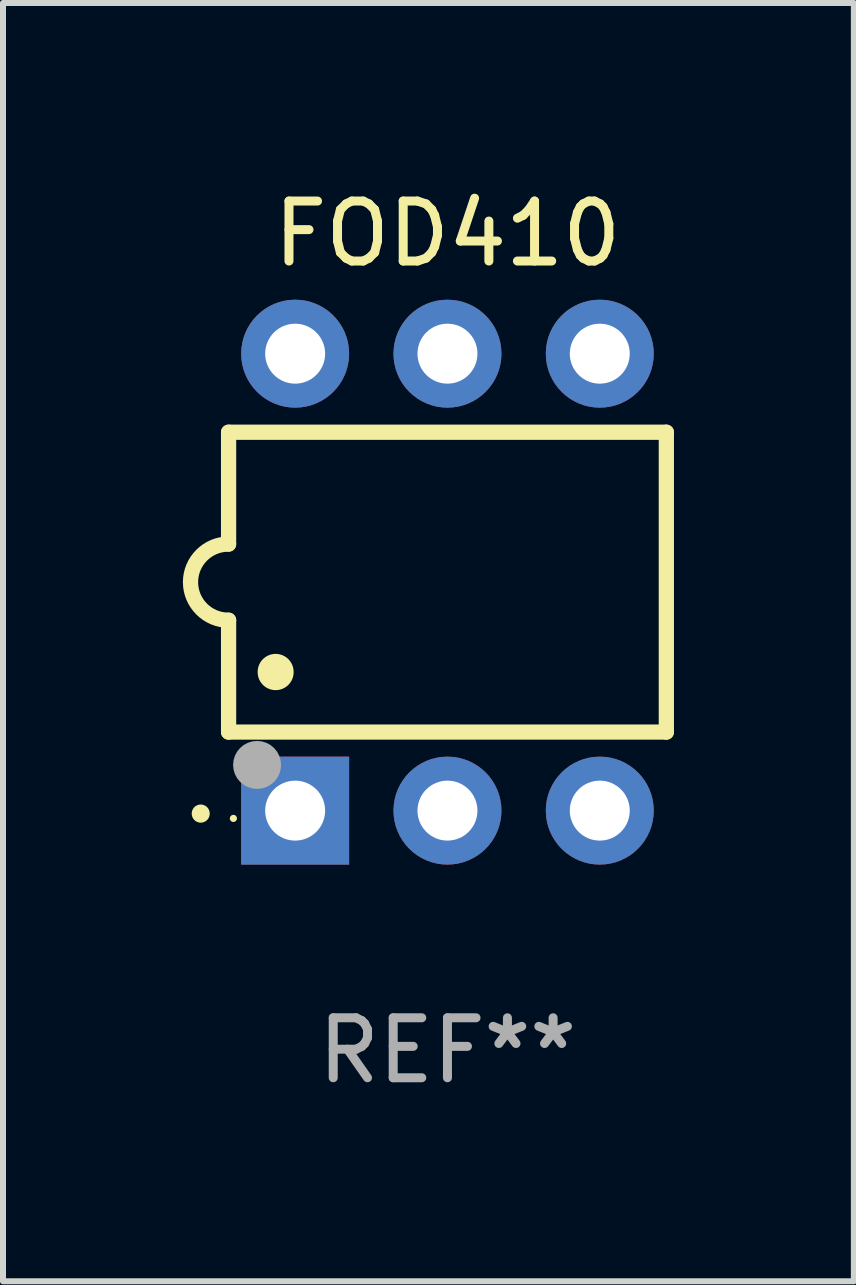
<source format=kicad_pcb>
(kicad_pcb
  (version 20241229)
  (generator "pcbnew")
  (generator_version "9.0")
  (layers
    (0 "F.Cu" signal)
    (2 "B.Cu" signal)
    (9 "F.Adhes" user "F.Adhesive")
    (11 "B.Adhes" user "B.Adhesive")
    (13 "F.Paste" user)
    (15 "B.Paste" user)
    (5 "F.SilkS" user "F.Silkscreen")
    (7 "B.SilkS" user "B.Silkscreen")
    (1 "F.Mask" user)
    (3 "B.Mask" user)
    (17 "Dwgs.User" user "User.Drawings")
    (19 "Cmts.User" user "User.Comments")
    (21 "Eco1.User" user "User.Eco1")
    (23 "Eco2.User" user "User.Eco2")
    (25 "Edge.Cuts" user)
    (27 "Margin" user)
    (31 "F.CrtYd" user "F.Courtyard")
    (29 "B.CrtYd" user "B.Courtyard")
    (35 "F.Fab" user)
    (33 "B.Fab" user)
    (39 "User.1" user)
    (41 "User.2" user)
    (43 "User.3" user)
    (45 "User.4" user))
  (footprint "FOD410"
    (layer "F.Cu")
    (at 4.412 6.658)
    (property "Reference" "FOD410" (at 0 -5.81 0) (layer "F.SilkS") (effects (font (size 1 1) (thickness 0.15))))
    (attr through_hole)
    (fp_line (start -3.65 -2.5) (end 3.65 -2.5) (stroke (width 0.254) (type solid)) (layer "F.SilkS"))
    (fp_line (start -3.65 -0.635) (end -3.65 -2.5) (stroke (width 0.254) (type solid)) (layer "F.SilkS"))
    (fp_line (start -3.65 0.635) (end -3.65 2.5) (stroke (width 0.254) (type solid)) (layer "F.SilkS"))
    (fp_line (start -3.65 2.5) (end 3.65 2.5) (stroke (width 0.254) (type solid)) (layer "F.SilkS"))
    (fp_line (start 3.65 -2.5) (end 3.65 2.5) (stroke (width 0.254) (type solid)) (layer "F.SilkS"))
    (fp_arc (start -4.114808 3.860808) (mid -4.114813 3.859538) (end -4.114808 3.858268) (stroke (width 0.3) (type solid)) (layer "F.SilkS"))
    (fp_arc (start -3.650013 0.635001) (mid -4.285014 0) (end -3.650013 -0.635001) (stroke (width 0.254001) (type solid)) (layer "F.SilkS"))
    (fp_arc (start -2.865405 1.501143) (mid -2.865416 1.498603) (end -2.865405 1.496063) (stroke (width 0.6) (type solid)) (layer "F.SilkS"))
    (fp_circle (center -3.57 3.94) (end -3.54 3.94) (stroke (width 0.06) (type solid)) (fill no) (layer "F.SilkS"))
    (fp_circle (center -3.175 3.048) (end -2.975 3.048) (stroke (width 0.4) (type solid)) (fill no) (layer "F.Fab"))
    (fp_text user "REF**" (at 0 7.81 0) (layer "F.Fab") (effects (font (size 1 1) (thickness 0.15))))
    (pad "1" thru_hole rect (at -2.54 3.81 90) (size 1.8 1.8) (drill 1) (layers "*.Cu" "*.Mask"))
    (pad "2" thru_hole circle (at 0 3.81) (size 1.8 1.8) (drill 1) (layers "*.Cu" "*.Mask"))
    (pad "3" thru_hole circle (at 2.54 3.81) (size 1.8 1.8) (drill 1) (layers "*.Cu" "*.Mask"))
    (pad "4" thru_hole circle (at 2.54 -3.81) (size 1.8 1.8) (drill 1) (layers "*.Cu" "*.Mask"))
    (pad "5" thru_hole circle (at 0 -3.81) (size 1.8 1.8) (drill 1) (layers "*.Cu" "*.Mask"))
    (pad "6" thru_hole circle (at -2.54 -3.81) (size 1.8 1.8) (drill 1) (layers "*.Cu" "*.Mask")))
  (gr_rect
    (start -3 -3)
    (end 11.189 18.317)
    (stroke (width 0.1) (type default))
    (fill no)
    (layer "Edge.Cuts")))
</source>
